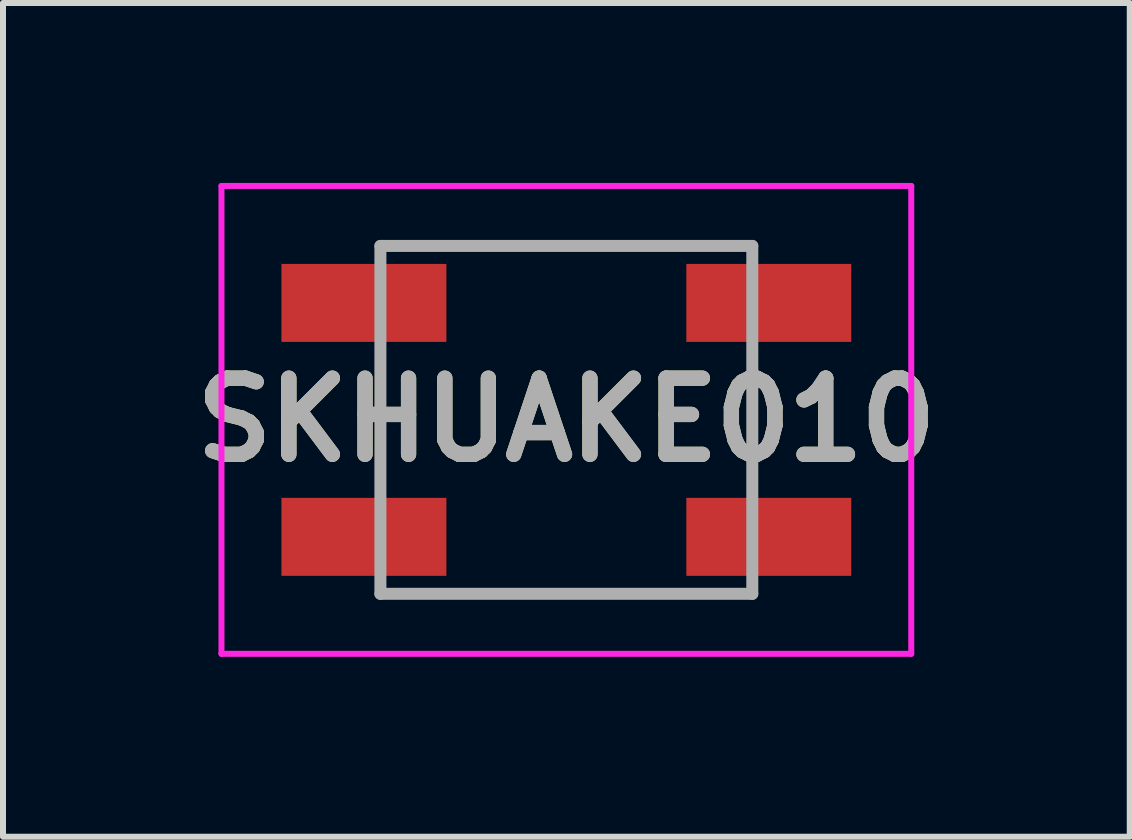
<source format=kicad_pcb>
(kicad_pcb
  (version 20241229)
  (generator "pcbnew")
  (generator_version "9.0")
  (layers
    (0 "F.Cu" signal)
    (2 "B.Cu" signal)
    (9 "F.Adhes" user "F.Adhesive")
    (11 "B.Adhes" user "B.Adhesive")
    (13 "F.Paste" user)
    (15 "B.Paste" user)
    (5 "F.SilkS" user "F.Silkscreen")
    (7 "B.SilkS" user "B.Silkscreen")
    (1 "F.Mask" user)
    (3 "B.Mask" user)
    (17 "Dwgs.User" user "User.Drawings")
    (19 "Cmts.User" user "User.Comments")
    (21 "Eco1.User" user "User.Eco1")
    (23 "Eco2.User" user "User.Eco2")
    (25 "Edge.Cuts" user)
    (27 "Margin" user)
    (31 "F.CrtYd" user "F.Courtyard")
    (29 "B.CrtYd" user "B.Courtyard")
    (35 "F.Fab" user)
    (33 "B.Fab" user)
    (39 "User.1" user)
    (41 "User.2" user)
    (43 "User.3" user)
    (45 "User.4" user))
  (footprint "SKHUAKE010"
    (layer "F.Cu")
    (at 6.392 3.95)
    (property "Reference" "SKHUAKE010" (at 0 0 0) (layer "F.SilkS") (effects (font (size 1.27 1.27) (thickness 0.254))))
    (attr smd)
    (fp_line (start -3.1 -2.9) (end 3.1 -2.9) (stroke (width 0.1) (type solid)) (layer "F.SilkS"))
    (fp_line (start -3.1 1) (end -3.1 -1) (stroke (width 0.1) (type solid)) (layer "F.SilkS"))
    (fp_line (start -3.1 2.9) (end 3.1 2.9) (stroke (width 0.1) (type solid)) (layer "F.SilkS"))
    (fp_line (start 3.1 1) (end 3.1 -1) (stroke (width 0.1) (type solid)) (layer "F.SilkS"))
    (fp_line (start -5.75 -3.9) (end 5.75 -3.9) (stroke (width 0.1) (type solid)) (layer "F.CrtYd"))
    (fp_line (start -5.75 3.9) (end -5.75 -3.9) (stroke (width 0.1) (type solid)) (layer "F.CrtYd"))
    (fp_line (start 5.75 -3.9) (end 5.75 3.9) (stroke (width 0.1) (type solid)) (layer "F.CrtYd"))
    (fp_line (start 5.75 3.9) (end -5.75 3.9) (stroke (width 0.1) (type solid)) (layer "F.CrtYd"))
    (fp_line (start -3.1 -2.9) (end 3.1 -2.9) (stroke (width 0.2) (type solid)) (layer "F.Fab"))
    (fp_line (start -3.1 2.9) (end -3.1 -2.9) (stroke (width 0.2) (type solid)) (layer "F.Fab"))
    (fp_line (start 3.1 -2.9) (end 3.1 2.9) (stroke (width 0.2) (type solid)) (layer "F.Fab"))
    (fp_line (start 3.1 2.9) (end -3.1 2.9) (stroke (width 0.2) (type solid)) (layer "F.Fab"))
    (fp_text user "${REFERENCE}" (at 0 0 0) (layer "F.Fab") (effects (font (size 1.27 1.27) (thickness 0.254))))
    (pad "1" smd rect (at -3.375 -1.95 90) (size 1.3 2.75) (layers "F.Cu" "F.Mask" "F.Paste"))
    (pad "2" smd rect (at 3.375 -1.95 90) (size 1.3 2.75) (layers "F.Cu" "F.Mask" "F.Paste"))
    (pad "3" smd rect (at -3.375 1.95 90) (size 1.3 2.75) (layers "F.Cu" "F.Mask" "F.Paste"))
    (pad "4" smd rect (at 3.375 1.95 90) (size 1.3 2.75) (layers "F.Cu" "F.Mask" "F.Paste")))
  (gr_rect
    (start -3 -3)
    (end 15.785 10.9)
    (stroke (width 0.1) (type default))
    (fill no)
    (layer "Edge.Cuts")))
</source>
